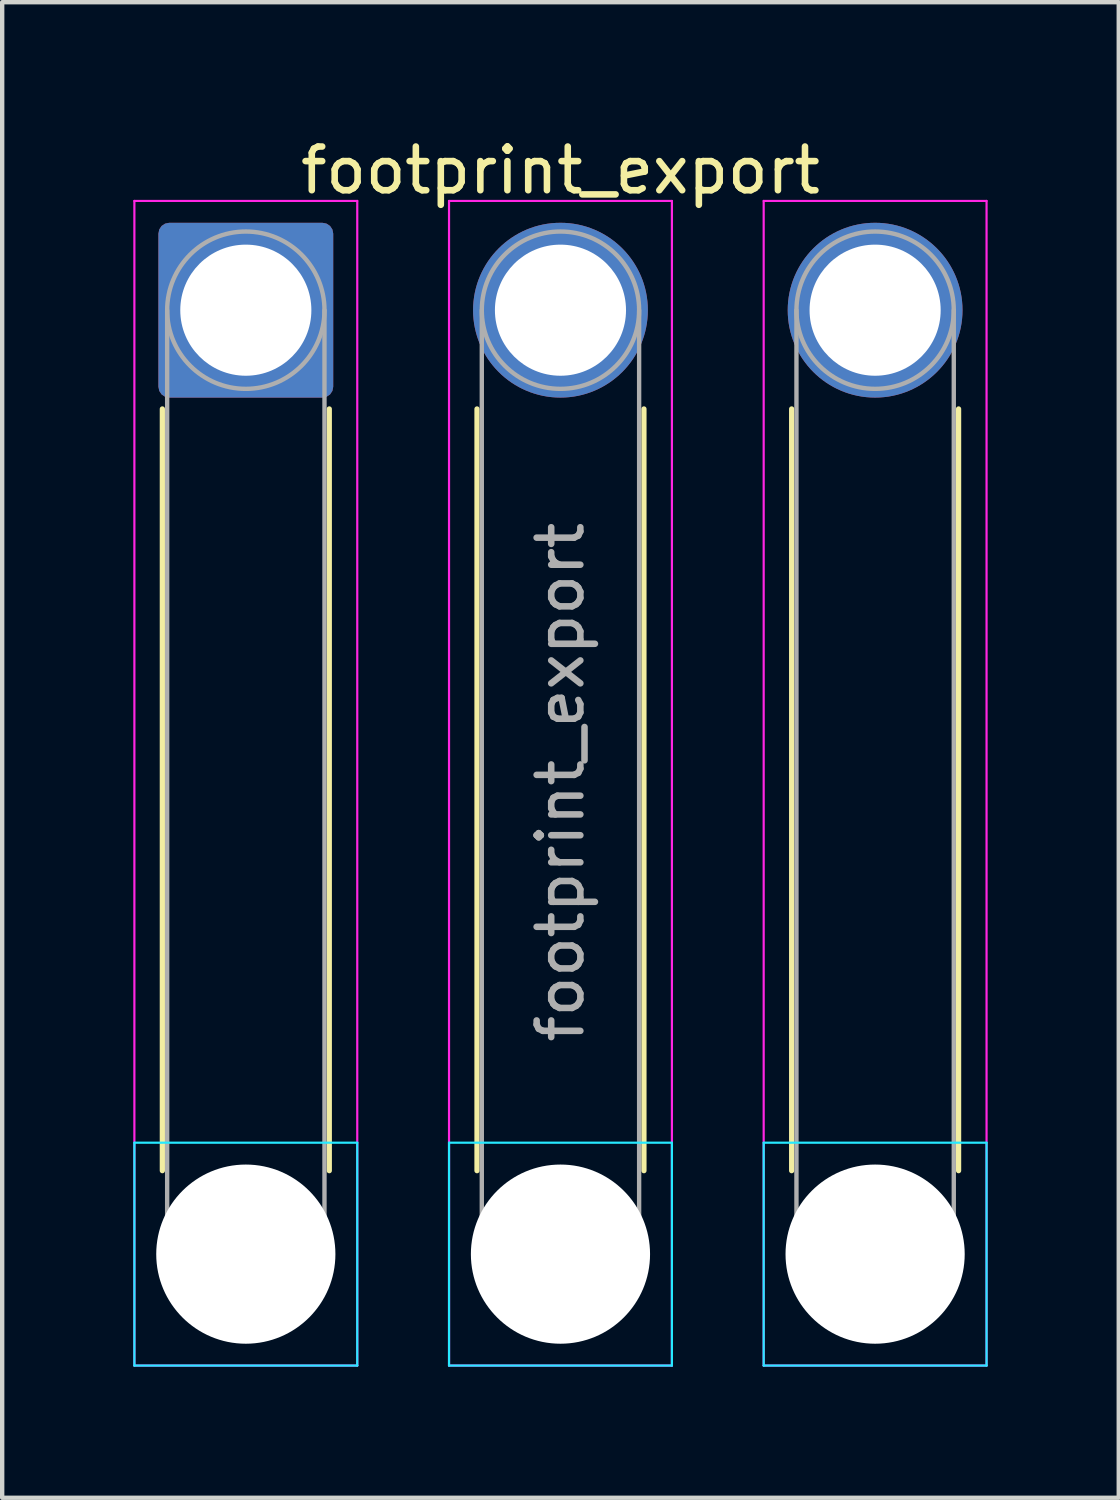
<source format=kicad_pcb>
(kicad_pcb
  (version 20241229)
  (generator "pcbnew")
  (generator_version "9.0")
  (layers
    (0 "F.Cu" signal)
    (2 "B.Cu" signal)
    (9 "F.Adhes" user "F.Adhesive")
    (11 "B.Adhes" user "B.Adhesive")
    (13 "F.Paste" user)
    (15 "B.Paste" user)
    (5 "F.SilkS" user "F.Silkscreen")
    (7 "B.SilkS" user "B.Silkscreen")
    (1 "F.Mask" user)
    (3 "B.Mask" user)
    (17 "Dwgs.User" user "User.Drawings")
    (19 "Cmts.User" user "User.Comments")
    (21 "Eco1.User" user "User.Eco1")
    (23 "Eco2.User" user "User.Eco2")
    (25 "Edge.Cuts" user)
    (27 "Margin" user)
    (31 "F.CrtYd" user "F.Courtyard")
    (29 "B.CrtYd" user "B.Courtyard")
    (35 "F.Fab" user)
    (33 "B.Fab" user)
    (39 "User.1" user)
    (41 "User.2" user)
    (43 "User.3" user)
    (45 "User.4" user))
  (footprint "footprint_export"
    (layer "F.Cu")
    (at 2.575 4.048)
    (property "Reference" "footprint_export" (at 7.2 -3.2 0) (layer "F.SilkS") (effects (font (size 1 1) (thickness 0.15))))
    (attr exclude_from_pos_files exclude_from_bom)
    (fp_line (start -1.91 2.26) (end -1.91 19.69) (stroke (width 0.12) (type solid)) (layer "F.SilkS"))
    (fp_line (start 1.91 2.26) (end 1.91 19.69) (stroke (width 0.12) (type solid)) (layer "F.SilkS"))
    (fp_line (start 5.29 2.26) (end 5.29 19.69) (stroke (width 0.12) (type solid)) (layer "F.SilkS"))
    (fp_line (start 9.11 2.26) (end 9.11 19.69) (stroke (width 0.12) (type solid)) (layer "F.SilkS"))
    (fp_line (start 12.49 2.26) (end 12.49 19.69) (stroke (width 0.12) (type solid)) (layer "F.SilkS"))
    (fp_line (start 16.31 2.26) (end 16.31 19.69) (stroke (width 0.12) (type solid)) (layer "F.SilkS"))
    (fp_line (start -2.55 19.05) (end -2.55 24.15) (stroke (width 0.05) (type solid)) (layer "B.CrtYd"))
    (fp_line (start -2.55 24.15) (end 2.55 24.15) (stroke (width 0.05) (type solid)) (layer "B.CrtYd"))
    (fp_line (start 2.55 19.05) (end -2.55 19.05) (stroke (width 0.05) (type solid)) (layer "B.CrtYd"))
    (fp_line (start 2.55 24.15) (end 2.55 19.05) (stroke (width 0.05) (type solid)) (layer "B.CrtYd"))
    (fp_line (start 4.65 19.05) (end 4.65 24.15) (stroke (width 0.05) (type solid)) (layer "B.CrtYd"))
    (fp_line (start 4.65 24.15) (end 9.75 24.15) (stroke (width 0.05) (type solid)) (layer "B.CrtYd"))
    (fp_line (start 9.75 19.05) (end 4.65 19.05) (stroke (width 0.05) (type solid)) (layer "B.CrtYd"))
    (fp_line (start 9.75 24.15) (end 9.75 19.05) (stroke (width 0.05) (type solid)) (layer "B.CrtYd"))
    (fp_line (start 11.85 19.05) (end 11.85 24.15) (stroke (width 0.05) (type solid)) (layer "B.CrtYd"))
    (fp_line (start 11.85 24.15) (end 16.95 24.15) (stroke (width 0.05) (type solid)) (layer "B.CrtYd"))
    (fp_line (start 16.95 19.05) (end 11.85 19.05) (stroke (width 0.05) (type solid)) (layer "B.CrtYd"))
    (fp_line (start 16.95 24.15) (end 16.95 19.05) (stroke (width 0.05) (type solid)) (layer "B.CrtYd"))
    (fp_line (start -2.55 -2.5) (end -2.55 24.15) (stroke (width 0.05) (type solid)) (layer "F.CrtYd"))
    (fp_line (start -2.55 24.15) (end 2.55 24.15) (stroke (width 0.05) (type solid)) (layer "F.CrtYd"))
    (fp_line (start 2.55 -2.5) (end -2.55 -2.5) (stroke (width 0.05) (type solid)) (layer "F.CrtYd"))
    (fp_line (start 2.55 24.15) (end 2.55 -2.5) (stroke (width 0.05) (type solid)) (layer "F.CrtYd"))
    (fp_line (start 4.65 -2.5) (end 4.65 24.15) (stroke (width 0.05) (type solid)) (layer "F.CrtYd"))
    (fp_line (start 4.65 24.15) (end 9.75 24.15) (stroke (width 0.05) (type solid)) (layer "F.CrtYd"))
    (fp_line (start 9.75 -2.5) (end 4.65 -2.5) (stroke (width 0.05) (type solid)) (layer "F.CrtYd"))
    (fp_line (start 9.75 24.15) (end 9.75 -2.5) (stroke (width 0.05) (type solid)) (layer "F.CrtYd"))
    (fp_line (start 11.85 -2.5) (end 11.85 24.15) (stroke (width 0.05) (type solid)) (layer "F.CrtYd"))
    (fp_line (start 11.85 24.15) (end 16.95 24.15) (stroke (width 0.05) (type solid)) (layer "F.CrtYd"))
    (fp_line (start 16.95 -2.5) (end 11.85 -2.5) (stroke (width 0.05) (type solid)) (layer "F.CrtYd"))
    (fp_line (start 16.95 24.15) (end 16.95 -2.5) (stroke (width 0.05) (type solid)) (layer "F.CrtYd"))
    (fp_line (start -1.8 0) (end -1.8 21.6) (stroke (width 0.1) (type solid)) (layer "F.Fab"))
    (fp_line (start 1.8 0) (end 1.8 21.6) (stroke (width 0.1) (type solid)) (layer "F.Fab"))
    (fp_line (start 5.4 0) (end 5.4 21.6) (stroke (width 0.1) (type solid)) (layer "F.Fab"))
    (fp_line (start 9 0) (end 9 21.6) (stroke (width 0.1) (type solid)) (layer "F.Fab"))
    (fp_line (start 12.6 0) (end 12.6 21.6) (stroke (width 0.1) (type solid)) (layer "F.Fab"))
    (fp_line (start 16.2 0) (end 16.2 21.6) (stroke (width 0.1) (type solid)) (layer "F.Fab"))
    (fp_circle (center 0 0) (end 1.8 0) (stroke (width 0.1) (type solid)) (fill no) (layer "F.Fab"))
    (fp_circle (center 0 21.6) (end 1.8 21.6) (stroke (width 0.1) (type solid)) (fill no) (layer "F.Fab"))
    (fp_circle (center 7.2 0) (end 9 0) (stroke (width 0.1) (type solid)) (fill no) (layer "F.Fab"))
    (fp_circle (center 7.2 21.6) (end 9 21.6) (stroke (width 0.1) (type solid)) (fill no) (layer "F.Fab"))
    (fp_circle (center 14.4 0) (end 16.2 0) (stroke (width 0.1) (type solid)) (fill no) (layer "F.Fab"))
    (fp_circle (center 14.4 21.6) (end 16.2 21.6) (stroke (width 0.1) (type solid)) (fill no) (layer "F.Fab"))
    (fp_text user "${REFERENCE}" (at 7.2 10.8 90) (layer "F.Fab") (effects (font (size 1 1) (thickness 0.15))))
    (pad "" np_thru_hole circle (at 0 21.6) (size 4.1 4.1) (drill 4.1) (layers "*.Cu" "*.Mask"))
    (pad "" np_thru_hole circle (at 7.2 21.6) (size 4.1 4.1) (drill 4.1) (layers "*.Cu" "*.Mask"))
    (pad "" np_thru_hole circle (at 14.4 21.6) (size 4.1 4.1) (drill 4.1) (layers "*.Cu" "*.Mask"))
    (pad "1" thru_hole roundrect (at 0 0) (size 4 4) (drill 3) (layers "*.Cu" "*.Mask") (roundrect_rratio 0.062))
    (pad "2" thru_hole circle (at 7.2 0) (size 4 4) (drill 3) (layers "*.Cu" "*.Mask"))
    (pad "3" thru_hole circle (at 14.4 0) (size 4 4) (drill 3) (layers "*.Cu" "*.Mask")))
  (gr_rect
    (start -3 -3)
    (end 22.55 31.223)
    (stroke (width 0.1) (type default))
    (fill no)
    (layer "Edge.Cuts")))
</source>
